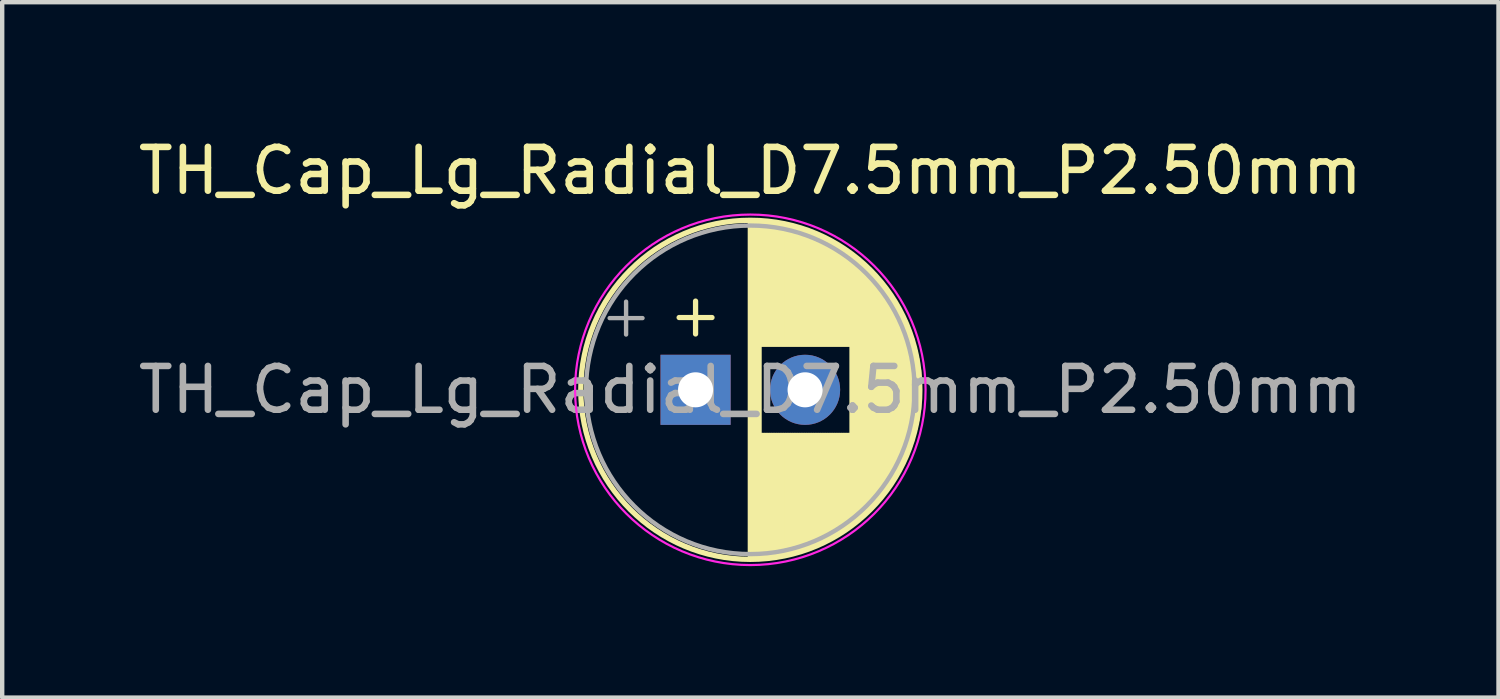
<source format=kicad_pcb>
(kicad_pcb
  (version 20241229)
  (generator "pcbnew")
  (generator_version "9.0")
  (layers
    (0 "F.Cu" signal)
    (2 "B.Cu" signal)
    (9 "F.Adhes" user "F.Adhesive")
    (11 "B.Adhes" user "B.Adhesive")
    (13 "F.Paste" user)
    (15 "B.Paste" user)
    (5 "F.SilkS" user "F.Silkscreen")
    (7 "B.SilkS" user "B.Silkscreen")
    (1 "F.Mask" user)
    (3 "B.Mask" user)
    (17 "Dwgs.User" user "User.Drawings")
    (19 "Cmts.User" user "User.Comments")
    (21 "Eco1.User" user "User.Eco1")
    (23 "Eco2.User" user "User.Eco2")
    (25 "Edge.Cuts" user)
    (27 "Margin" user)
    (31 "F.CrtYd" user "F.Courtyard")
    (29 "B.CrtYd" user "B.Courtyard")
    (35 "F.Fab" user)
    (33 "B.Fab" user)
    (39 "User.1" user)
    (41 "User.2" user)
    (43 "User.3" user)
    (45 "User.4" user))
  (footprint "TH_Cap_Lg_Radial_D7.5mm_P2.50mm"
    (layer "F.Cu")
    (at 12.827 5.848)
    (property "Reference" "TH_Cap_Lg_Radial_D7.5mm_P2.50mm" (at 1.25 -5 0) (layer "F.SilkS") (effects (font (size 1 1) (thickness 0.15))))
    (attr through_hole)
    (fp_line (start -0.375 -1.65) (end 0.375 -1.65) (stroke (width 0.12) (type solid)) (layer "F.SilkS"))
    (fp_line (start 0 -2.025) (end 0 -1.275) (stroke (width 0.12) (type solid)) (layer "F.SilkS"))
    (fp_line (start 1.25 -3.83) (end 1.25 3.83) (stroke (width 0.12) (type solid)) (layer "F.SilkS"))
    (fp_line (start 1.29 -3.83) (end 1.29 3.83) (stroke (width 0.12) (type solid)) (layer "F.SilkS"))
    (fp_line (start 1.33 -3.83) (end 1.33 3.83) (stroke (width 0.12) (type solid)) (layer "F.SilkS"))
    (fp_line (start 1.37 -3.829) (end 1.37 3.829) (stroke (width 0.12) (type solid)) (layer "F.SilkS"))
    (fp_line (start 1.41 -3.827) (end 1.41 3.827) (stroke (width 0.12) (type solid)) (layer "F.SilkS"))
    (fp_line (start 1.45 -3.825) (end 1.45 3.825) (stroke (width 0.12) (type solid)) (layer "F.SilkS"))
    (fp_line (start 1.49 -3.823) (end 1.49 -1.04) (stroke (width 0.12) (type solid)) (layer "F.SilkS"))
    (fp_line (start 1.49 1.04) (end 1.49 3.823) (stroke (width 0.12) (type solid)) (layer "F.SilkS"))
    (fp_line (start 1.53 -3.82) (end 1.53 -1.04) (stroke (width 0.12) (type solid)) (layer "F.SilkS"))
    (fp_line (start 1.53 1.04) (end 1.53 3.82) (stroke (width 0.12) (type solid)) (layer "F.SilkS"))
    (fp_line (start 1.57 -3.817) (end 1.57 -1.04) (stroke (width 0.12) (type solid)) (layer "F.SilkS"))
    (fp_line (start 1.57 1.04) (end 1.57 3.817) (stroke (width 0.12) (type solid)) (layer "F.SilkS"))
    (fp_line (start 1.61 -3.814) (end 1.61 -1.04) (stroke (width 0.12) (type solid)) (layer "F.SilkS"))
    (fp_line (start 1.61 1.04) (end 1.61 3.814) (stroke (width 0.12) (type solid)) (layer "F.SilkS"))
    (fp_line (start 1.65 -3.81) (end 1.65 -1.04) (stroke (width 0.12) (type solid)) (layer "F.SilkS"))
    (fp_line (start 1.65 1.04) (end 1.65 3.81) (stroke (width 0.12) (type solid)) (layer "F.SilkS"))
    (fp_line (start 1.69 -3.805) (end 1.69 -1.04) (stroke (width 0.12) (type solid)) (layer "F.SilkS"))
    (fp_line (start 1.69 1.04) (end 1.69 3.805) (stroke (width 0.12) (type solid)) (layer "F.SilkS"))
    (fp_line (start 1.73 -3.801) (end 1.73 -1.04) (stroke (width 0.12) (type solid)) (layer "F.SilkS"))
    (fp_line (start 1.73 1.04) (end 1.73 3.801) (stroke (width 0.12) (type solid)) (layer "F.SilkS"))
    (fp_line (start 1.77 -3.795) (end 1.77 -1.04) (stroke (width 0.12) (type solid)) (layer "F.SilkS"))
    (fp_line (start 1.77 1.04) (end 1.77 3.795) (stroke (width 0.12) (type solid)) (layer "F.SilkS"))
    (fp_line (start 1.81 -3.79) (end 1.81 -1.04) (stroke (width 0.12) (type solid)) (layer "F.SilkS"))
    (fp_line (start 1.81 1.04) (end 1.81 3.79) (stroke (width 0.12) (type solid)) (layer "F.SilkS"))
    (fp_line (start 1.85 -3.784) (end 1.85 -1.04) (stroke (width 0.12) (type solid)) (layer "F.SilkS"))
    (fp_line (start 1.85 1.04) (end 1.85 3.784) (stroke (width 0.12) (type solid)) (layer "F.SilkS"))
    (fp_line (start 1.89 -3.777) (end 1.89 -1.04) (stroke (width 0.12) (type solid)) (layer "F.SilkS"))
    (fp_line (start 1.89 1.04) (end 1.89 3.777) (stroke (width 0.12) (type solid)) (layer "F.SilkS"))
    (fp_line (start 1.93 -3.77) (end 1.93 -1.04) (stroke (width 0.12) (type solid)) (layer "F.SilkS"))
    (fp_line (start 1.93 1.04) (end 1.93 3.77) (stroke (width 0.12) (type solid)) (layer "F.SilkS"))
    (fp_line (start 1.971 -3.763) (end 1.971 -1.04) (stroke (width 0.12) (type solid)) (layer "F.SilkS"))
    (fp_line (start 1.971 1.04) (end 1.971 3.763) (stroke (width 0.12) (type solid)) (layer "F.SilkS"))
    (fp_line (start 2.011 -3.755) (end 2.011 -1.04) (stroke (width 0.12) (type solid)) (layer "F.SilkS"))
    (fp_line (start 2.011 1.04) (end 2.011 3.755) (stroke (width 0.12) (type solid)) (layer "F.SilkS"))
    (fp_line (start 2.051 -3.747) (end 2.051 -1.04) (stroke (width 0.12) (type solid)) (layer "F.SilkS"))
    (fp_line (start 2.051 1.04) (end 2.051 3.747) (stroke (width 0.12) (type solid)) (layer "F.SilkS"))
    (fp_line (start 2.091 -3.738) (end 2.091 -1.04) (stroke (width 0.12) (type solid)) (layer "F.SilkS"))
    (fp_line (start 2.091 1.04) (end 2.091 3.738) (stroke (width 0.12) (type solid)) (layer "F.SilkS"))
    (fp_line (start 2.131 -3.729) (end 2.131 -1.04) (stroke (width 0.12) (type solid)) (layer "F.SilkS"))
    (fp_line (start 2.131 1.04) (end 2.131 3.729) (stroke (width 0.12) (type solid)) (layer "F.SilkS"))
    (fp_line (start 2.171 -3.72) (end 2.171 -1.04) (stroke (width 0.12) (type solid)) (layer "F.SilkS"))
    (fp_line (start 2.171 1.04) (end 2.171 3.72) (stroke (width 0.12) (type solid)) (layer "F.SilkS"))
    (fp_line (start 2.211 -3.71) (end 2.211 -1.04) (stroke (width 0.12) (type solid)) (layer "F.SilkS"))
    (fp_line (start 2.211 1.04) (end 2.211 3.71) (stroke (width 0.12) (type solid)) (layer "F.SilkS"))
    (fp_line (start 2.251 -3.699) (end 2.251 -1.04) (stroke (width 0.12) (type solid)) (layer "F.SilkS"))
    (fp_line (start 2.251 1.04) (end 2.251 3.699) (stroke (width 0.12) (type solid)) (layer "F.SilkS"))
    (fp_line (start 2.291 -3.688) (end 2.291 -1.04) (stroke (width 0.12) (type solid)) (layer "F.SilkS"))
    (fp_line (start 2.291 1.04) (end 2.291 3.688) (stroke (width 0.12) (type solid)) (layer "F.SilkS"))
    (fp_line (start 2.331 -3.677) (end 2.331 -1.04) (stroke (width 0.12) (type solid)) (layer "F.SilkS"))
    (fp_line (start 2.331 1.04) (end 2.331 3.677) (stroke (width 0.12) (type solid)) (layer "F.SilkS"))
    (fp_line (start 2.371 -3.665) (end 2.371 -1.04) (stroke (width 0.12) (type solid)) (layer "F.SilkS"))
    (fp_line (start 2.371 1.04) (end 2.371 3.665) (stroke (width 0.12) (type solid)) (layer "F.SilkS"))
    (fp_line (start 2.411 -3.653) (end 2.411 -1.04) (stroke (width 0.12) (type solid)) (layer "F.SilkS"))
    (fp_line (start 2.411 1.04) (end 2.411 3.653) (stroke (width 0.12) (type solid)) (layer "F.SilkS"))
    (fp_line (start 2.451 -3.64) (end 2.451 -1.04) (stroke (width 0.12) (type solid)) (layer "F.SilkS"))
    (fp_line (start 2.451 1.04) (end 2.451 3.64) (stroke (width 0.12) (type solid)) (layer "F.SilkS"))
    (fp_line (start 2.491 -3.626) (end 2.491 -1.04) (stroke (width 0.12) (type solid)) (layer "F.SilkS"))
    (fp_line (start 2.491 1.04) (end 2.491 3.626) (stroke (width 0.12) (type solid)) (layer "F.SilkS"))
    (fp_line (start 2.531 -3.613) (end 2.531 -1.04) (stroke (width 0.12) (type solid)) (layer "F.SilkS"))
    (fp_line (start 2.531 1.04) (end 2.531 3.613) (stroke (width 0.12) (type solid)) (layer "F.SilkS"))
    (fp_line (start 2.571 -3.598) (end 2.571 -1.04) (stroke (width 0.12) (type solid)) (layer "F.SilkS"))
    (fp_line (start 2.571 1.04) (end 2.571 3.598) (stroke (width 0.12) (type solid)) (layer "F.SilkS"))
    (fp_line (start 2.611 -3.584) (end 2.611 -1.04) (stroke (width 0.12) (type solid)) (layer "F.SilkS"))
    (fp_line (start 2.611 1.04) (end 2.611 3.584) (stroke (width 0.12) (type solid)) (layer "F.SilkS"))
    (fp_line (start 2.651 -3.568) (end 2.651 -1.04) (stroke (width 0.12) (type solid)) (layer "F.SilkS"))
    (fp_line (start 2.651 1.04) (end 2.651 3.568) (stroke (width 0.12) (type solid)) (layer "F.SilkS"))
    (fp_line (start 2.691 -3.553) (end 2.691 -1.04) (stroke (width 0.12) (type solid)) (layer "F.SilkS"))
    (fp_line (start 2.691 1.04) (end 2.691 3.553) (stroke (width 0.12) (type solid)) (layer "F.SilkS"))
    (fp_line (start 2.731 -3.536) (end 2.731 -1.04) (stroke (width 0.12) (type solid)) (layer "F.SilkS"))
    (fp_line (start 2.731 1.04) (end 2.731 3.536) (stroke (width 0.12) (type solid)) (layer "F.SilkS"))
    (fp_line (start 2.771 -3.52) (end 2.771 -1.04) (stroke (width 0.12) (type solid)) (layer "F.SilkS"))
    (fp_line (start 2.771 1.04) (end 2.771 3.52) (stroke (width 0.12) (type solid)) (layer "F.SilkS"))
    (fp_line (start 2.811 -3.502) (end 2.811 -1.04) (stroke (width 0.12) (type solid)) (layer "F.SilkS"))
    (fp_line (start 2.811 1.04) (end 2.811 3.502) (stroke (width 0.12) (type solid)) (layer "F.SilkS"))
    (fp_line (start 2.851 -3.484) (end 2.851 -1.04) (stroke (width 0.12) (type solid)) (layer "F.SilkS"))
    (fp_line (start 2.851 1.04) (end 2.851 3.484) (stroke (width 0.12) (type solid)) (layer "F.SilkS"))
    (fp_line (start 2.891 -3.466) (end 2.891 -1.04) (stroke (width 0.12) (type solid)) (layer "F.SilkS"))
    (fp_line (start 2.891 1.04) (end 2.891 3.466) (stroke (width 0.12) (type solid)) (layer "F.SilkS"))
    (fp_line (start 2.931 -3.447) (end 2.931 -1.04) (stroke (width 0.12) (type solid)) (layer "F.SilkS"))
    (fp_line (start 2.931 1.04) (end 2.931 3.447) (stroke (width 0.12) (type solid)) (layer "F.SilkS"))
    (fp_line (start 2.971 -3.427) (end 2.971 -1.04) (stroke (width 0.12) (type solid)) (layer "F.SilkS"))
    (fp_line (start 2.971 1.04) (end 2.971 3.427) (stroke (width 0.12) (type solid)) (layer "F.SilkS"))
    (fp_line (start 3.011 -3.407) (end 3.011 -1.04) (stroke (width 0.12) (type solid)) (layer "F.SilkS"))
    (fp_line (start 3.011 1.04) (end 3.011 3.407) (stroke (width 0.12) (type solid)) (layer "F.SilkS"))
    (fp_line (start 3.051 -3.386) (end 3.051 -1.04) (stroke (width 0.12) (type solid)) (layer "F.SilkS"))
    (fp_line (start 3.051 1.04) (end 3.051 3.386) (stroke (width 0.12) (type solid)) (layer "F.SilkS"))
    (fp_line (start 3.091 -3.365) (end 3.091 -1.04) (stroke (width 0.12) (type solid)) (layer "F.SilkS"))
    (fp_line (start 3.091 1.04) (end 3.091 3.365) (stroke (width 0.12) (type solid)) (layer "F.SilkS"))
    (fp_line (start 3.131 -3.343) (end 3.131 -1.04) (stroke (width 0.12) (type solid)) (layer "F.SilkS"))
    (fp_line (start 3.131 1.04) (end 3.131 3.343) (stroke (width 0.12) (type solid)) (layer "F.SilkS"))
    (fp_line (start 3.171 -3.321) (end 3.171 -1.04) (stroke (width 0.12) (type solid)) (layer "F.SilkS"))
    (fp_line (start 3.171 1.04) (end 3.171 3.321) (stroke (width 0.12) (type solid)) (layer "F.SilkS"))
    (fp_line (start 3.211 -3.297) (end 3.211 -1.04) (stroke (width 0.12) (type solid)) (layer "F.SilkS"))
    (fp_line (start 3.211 1.04) (end 3.211 3.297) (stroke (width 0.12) (type solid)) (layer "F.SilkS"))
    (fp_line (start 3.251 -3.274) (end 3.251 -1.04) (stroke (width 0.12) (type solid)) (layer "F.SilkS"))
    (fp_line (start 3.251 1.04) (end 3.251 3.274) (stroke (width 0.12) (type solid)) (layer "F.SilkS"))
    (fp_line (start 3.291 -3.249) (end 3.291 -1.04) (stroke (width 0.12) (type solid)) (layer "F.SilkS"))
    (fp_line (start 3.291 1.04) (end 3.291 3.249) (stroke (width 0.12) (type solid)) (layer "F.SilkS"))
    (fp_line (start 3.331 -3.224) (end 3.331 -1.04) (stroke (width 0.12) (type solid)) (layer "F.SilkS"))
    (fp_line (start 3.331 1.04) (end 3.331 3.224) (stroke (width 0.12) (type solid)) (layer "F.SilkS"))
    (fp_line (start 3.371 -3.198) (end 3.371 -1.04) (stroke (width 0.12) (type solid)) (layer "F.SilkS"))
    (fp_line (start 3.371 1.04) (end 3.371 3.198) (stroke (width 0.12) (type solid)) (layer "F.SilkS"))
    (fp_line (start 3.411 -3.172) (end 3.411 -1.04) (stroke (width 0.12) (type solid)) (layer "F.SilkS"))
    (fp_line (start 3.411 1.04) (end 3.411 3.172) (stroke (width 0.12) (type solid)) (layer "F.SilkS"))
    (fp_line (start 3.451 -3.144) (end 3.451 -1.04) (stroke (width 0.12) (type solid)) (layer "F.SilkS"))
    (fp_line (start 3.451 1.04) (end 3.451 3.144) (stroke (width 0.12) (type solid)) (layer "F.SilkS"))
    (fp_line (start 3.491 -3.116) (end 3.491 -1.04) (stroke (width 0.12) (type solid)) (layer "F.SilkS"))
    (fp_line (start 3.491 1.04) (end 3.491 3.116) (stroke (width 0.12) (type solid)) (layer "F.SilkS"))
    (fp_line (start 3.531 -3.088) (end 3.531 -1.04) (stroke (width 0.12) (type solid)) (layer "F.SilkS"))
    (fp_line (start 3.531 1.04) (end 3.531 3.088) (stroke (width 0.12) (type solid)) (layer "F.SilkS"))
    (fp_line (start 3.571 -3.058) (end 3.571 3.058) (stroke (width 0.12) (type solid)) (layer "F.SilkS"))
    (fp_line (start 3.611 -3.028) (end 3.611 3.028) (stroke (width 0.12) (type solid)) (layer "F.SilkS"))
    (fp_line (start 3.651 -2.996) (end 3.651 2.996) (stroke (width 0.12) (type solid)) (layer "F.SilkS"))
    (fp_line (start 3.691 -2.964) (end 3.691 2.964) (stroke (width 0.12) (type solid)) (layer "F.SilkS"))
    (fp_line (start 3.731 -2.931) (end 3.731 2.931) (stroke (width 0.12) (type solid)) (layer "F.SilkS"))
    (fp_line (start 3.771 -2.898) (end 3.771 2.898) (stroke (width 0.12) (type solid)) (layer "F.SilkS"))
    (fp_line (start 3.811 -2.863) (end 3.811 2.863) (stroke (width 0.12) (type solid)) (layer "F.SilkS"))
    (fp_line (start 3.851 -2.827) (end 3.851 2.827) (stroke (width 0.12) (type solid)) (layer "F.SilkS"))
    (fp_line (start 3.891 -2.79) (end 3.891 2.79) (stroke (width 0.12) (type solid)) (layer "F.SilkS"))
    (fp_line (start 3.931 -2.752) (end 3.931 2.752) (stroke (width 0.12) (type solid)) (layer "F.SilkS"))
    (fp_line (start 3.971 -2.713) (end 3.971 2.713) (stroke (width 0.12) (type solid)) (layer "F.SilkS"))
    (fp_line (start 4.011 -2.673) (end 4.011 2.673) (stroke (width 0.12) (type solid)) (layer "F.SilkS"))
    (fp_line (start 4.051 -2.632) (end 4.051 2.632) (stroke (width 0.12) (type solid)) (layer "F.SilkS"))
    (fp_line (start 4.091 -2.589) (end 4.091 2.589) (stroke (width 0.12) (type solid)) (layer "F.SilkS"))
    (fp_line (start 4.131 -2.546) (end 4.131 2.546) (stroke (width 0.12) (type solid)) (layer "F.SilkS"))
    (fp_line (start 4.171 -2.5) (end 4.171 2.5) (stroke (width 0.12) (type solid)) (layer "F.SilkS"))
    (fp_line (start 4.211 -2.454) (end 4.211 2.454) (stroke (width 0.12) (type solid)) (layer "F.SilkS"))
    (fp_line (start 4.251 -2.405) (end 4.251 2.405) (stroke (width 0.12) (type solid)) (layer "F.SilkS"))
    (fp_line (start 4.291 -2.355) (end 4.291 2.355) (stroke (width 0.12) (type solid)) (layer "F.SilkS"))
    (fp_line (start 4.331 -2.304) (end 4.331 2.304) (stroke (width 0.12) (type solid)) (layer "F.SilkS"))
    (fp_line (start 4.371 -2.25) (end 4.371 2.25) (stroke (width 0.12) (type solid)) (layer "F.SilkS"))
    (fp_line (start 4.411 -2.195) (end 4.411 2.195) (stroke (width 0.12) (type solid)) (layer "F.SilkS"))
    (fp_line (start 4.451 -2.137) (end 4.451 2.137) (stroke (width 0.12) (type solid)) (layer "F.SilkS"))
    (fp_line (start 4.491 -2.077) (end 4.491 2.077) (stroke (width 0.12) (type solid)) (layer "F.SilkS"))
    (fp_line (start 4.531 -2.014) (end 4.531 2.014) (stroke (width 0.12) (type solid)) (layer "F.SilkS"))
    (fp_line (start 4.571 -1.949) (end 4.571 1.949) (stroke (width 0.12) (type solid)) (layer "F.SilkS"))
    (fp_line (start 4.611 -1.881) (end 4.611 1.881) (stroke (width 0.12) (type solid)) (layer "F.SilkS"))
    (fp_line (start 4.651 -1.809) (end 4.651 1.809) (stroke (width 0.12) (type solid)) (layer "F.SilkS"))
    (fp_line (start 4.691 -1.733) (end 4.691 1.733) (stroke (width 0.12) (type solid)) (layer "F.SilkS"))
    (fp_line (start 4.731 -1.654) (end 4.731 1.654) (stroke (width 0.12) (type solid)) (layer "F.SilkS"))
    (fp_line (start 4.771 -1.569) (end 4.771 1.569) (stroke (width 0.12) (type solid)) (layer "F.SilkS"))
    (fp_line (start 4.811 -1.478) (end 4.811 1.478) (stroke (width 0.12) (type solid)) (layer "F.SilkS"))
    (fp_line (start 4.851 -1.381) (end 4.851 1.381) (stroke (width 0.12) (type solid)) (layer "F.SilkS"))
    (fp_line (start 4.891 -1.275) (end 4.891 1.275) (stroke (width 0.12) (type solid)) (layer "F.SilkS"))
    (fp_line (start 4.931 -1.158) (end 4.931 1.158) (stroke (width 0.12) (type solid)) (layer "F.SilkS"))
    (fp_line (start 4.971 -1.028) (end 4.971 1.028) (stroke (width 0.12) (type solid)) (layer "F.SilkS"))
    (fp_line (start 5.011 -0.877) (end 5.011 0.877) (stroke (width 0.12) (type solid)) (layer "F.SilkS"))
    (fp_line (start 5.051 -0.693) (end 5.051 0.693) (stroke (width 0.12) (type solid)) (layer "F.SilkS"))
    (fp_line (start 5.091 -0.441) (end 5.091 0.441) (stroke (width 0.12) (type solid)) (layer "F.SilkS"))
    (fp_circle (center 1.25 0) (end 5.12 0) (stroke (width 0.12) (type solid)) (fill no) (layer "F.SilkS"))
    (fp_circle (center 1.25 0) (end 5.25 0) (stroke (width 0.05) (type solid)) (fill no) (layer "F.CrtYd"))
    (fp_line (start -1.961 -1.637) (end -1.211 -1.637) (stroke (width 0.1) (type solid)) (layer "F.Fab"))
    (fp_line (start -1.586 -2.013) (end -1.586 -1.262) (stroke (width 0.1) (type solid)) (layer "F.Fab"))
    (fp_circle (center 1.25 0) (end 5 0) (stroke (width 0.1) (type solid)) (fill no) (layer "F.Fab"))
    (fp_text user "${REFERENCE}" (at 1.25 0 0) (layer "F.Fab") (effects (font (size 1 1) (thickness 0.15))))
    (pad "1" thru_hole rect (at 0 0) (size 1.6 1.6) (drill 0.8) (layers "*.Cu" "*.Mask"))
    (pad "2" thru_hole circle (at 2.5 0) (size 1.6 1.6) (drill 0.8) (layers "*.Cu" "*.Mask")))
  (gr_rect
    (start -3 -3)
    (end 31.155 12.873)
    (stroke (width 0.1) (type default))
    (fill no)
    (layer "Edge.Cuts")))
</source>
